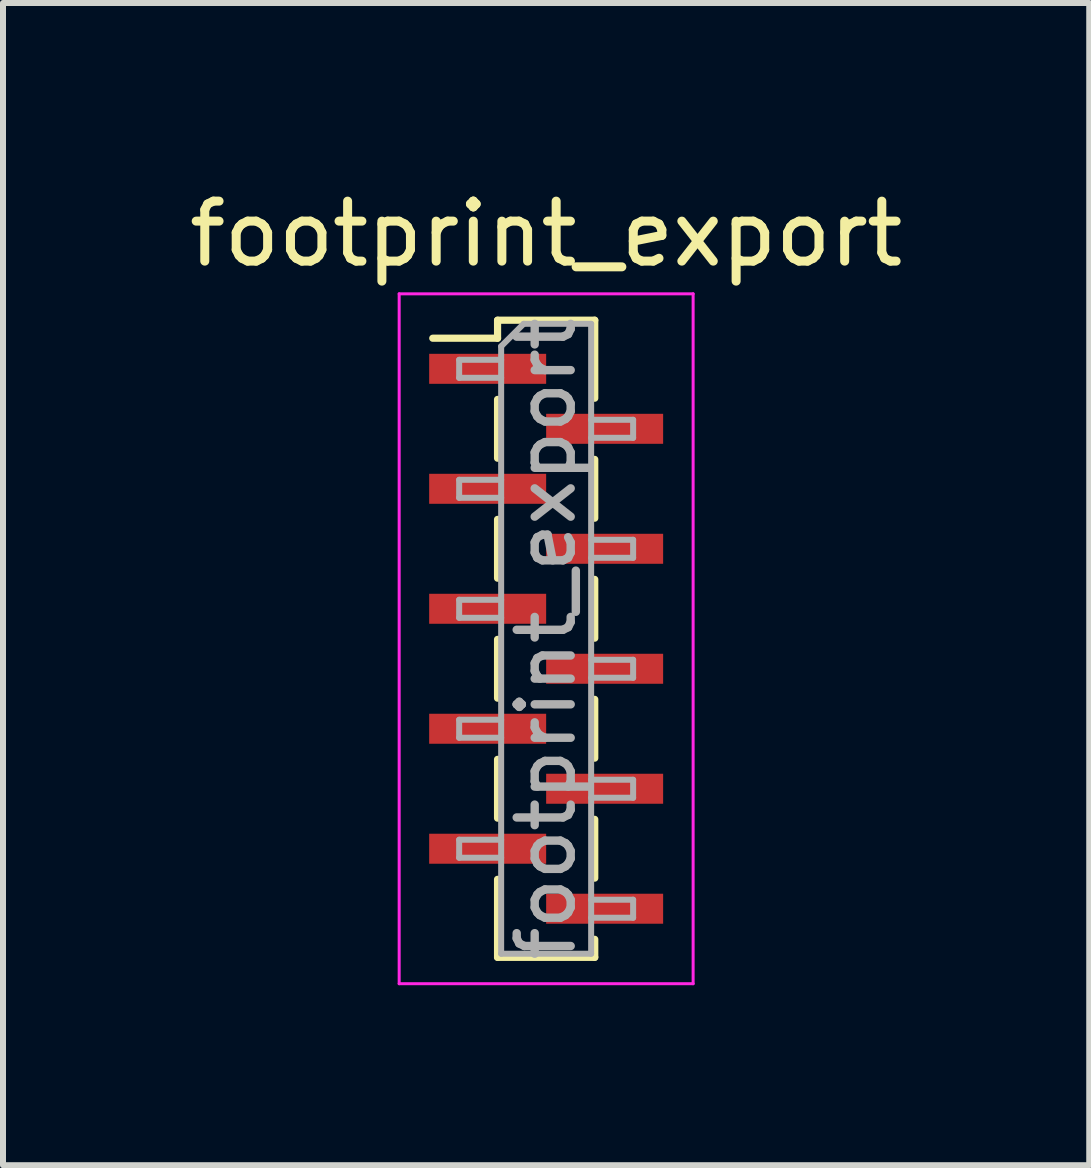
<source format=kicad_pcb>
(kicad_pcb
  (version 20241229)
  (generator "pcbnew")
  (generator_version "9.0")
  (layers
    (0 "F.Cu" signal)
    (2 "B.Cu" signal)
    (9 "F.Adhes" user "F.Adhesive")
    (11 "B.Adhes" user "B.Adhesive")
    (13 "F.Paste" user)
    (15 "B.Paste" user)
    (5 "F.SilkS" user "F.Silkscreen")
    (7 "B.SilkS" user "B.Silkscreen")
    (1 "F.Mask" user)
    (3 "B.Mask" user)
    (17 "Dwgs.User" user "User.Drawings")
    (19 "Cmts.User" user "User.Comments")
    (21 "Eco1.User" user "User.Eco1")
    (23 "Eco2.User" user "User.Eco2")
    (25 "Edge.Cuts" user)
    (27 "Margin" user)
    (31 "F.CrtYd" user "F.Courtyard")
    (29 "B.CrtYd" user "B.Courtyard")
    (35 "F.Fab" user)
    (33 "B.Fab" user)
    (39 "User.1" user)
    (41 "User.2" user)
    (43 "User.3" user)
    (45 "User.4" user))
  (footprint "footprint_export"
    (layer "F.Cu")
    (at 6.054 7.598)
    (property "Reference" "footprint_export" (at 0 -6.75 0) (layer "F.SilkS") (effects (font (size 1 1) (thickness 0.15))))
    (attr smd)
    (fp_line (start -1.89 -5.01) (end -0.81 -5.01) (stroke (width 0.12) (type solid)) (layer "F.SilkS"))
    (fp_line (start -0.81 -5.31) (end -0.81 -5.01) (stroke (width 0.12) (type solid)) (layer "F.SilkS"))
    (fp_line (start -0.81 -5.31) (end 0.81 -5.31) (stroke (width 0.12) (type solid)) (layer "F.SilkS"))
    (fp_line (start -0.81 -3.99) (end -0.81 -3.01) (stroke (width 0.12) (type solid)) (layer "F.SilkS"))
    (fp_line (start -0.81 -1.99) (end -0.81 -1.01) (stroke (width 0.12) (type solid)) (layer "F.SilkS"))
    (fp_line (start -0.81 0.01) (end -0.81 0.99) (stroke (width 0.12) (type solid)) (layer "F.SilkS"))
    (fp_line (start -0.81 2.01) (end -0.81 2.99) (stroke (width 0.12) (type solid)) (layer "F.SilkS"))
    (fp_line (start -0.81 4.01) (end -0.81 5.31) (stroke (width 0.12) (type solid)) (layer "F.SilkS"))
    (fp_line (start -0.81 5.31) (end 0.81 5.31) (stroke (width 0.12) (type solid)) (layer "F.SilkS"))
    (fp_line (start 0.81 -5.31) (end 0.81 -4.01) (stroke (width 0.12) (type solid)) (layer "F.SilkS"))
    (fp_line (start 0.81 -2.99) (end 0.81 -2.01) (stroke (width 0.12) (type solid)) (layer "F.SilkS"))
    (fp_line (start 0.81 -0.99) (end 0.81 -0.01) (stroke (width 0.12) (type solid)) (layer "F.SilkS"))
    (fp_line (start 0.81 1.01) (end 0.81 1.99) (stroke (width 0.12) (type solid)) (layer "F.SilkS"))
    (fp_line (start 0.81 3.01) (end 0.81 3.99) (stroke (width 0.12) (type solid)) (layer "F.SilkS"))
    (fp_line (start 0.81 5.01) (end 0.81 5.31) (stroke (width 0.12) (type solid)) (layer "F.SilkS"))
    (fp_line (start -2.45 -5.75) (end 2.45 -5.75) (stroke (width 0.05) (type solid)) (layer "F.CrtYd"))
    (fp_line (start -2.45 5.75) (end -2.45 -5.75) (stroke (width 0.05) (type solid)) (layer "F.CrtYd"))
    (fp_line (start 2.45 -5.75) (end 2.45 5.75) (stroke (width 0.05) (type solid)) (layer "F.CrtYd"))
    (fp_line (start 2.45 5.75) (end -2.45 5.75) (stroke (width 0.05) (type solid)) (layer "F.CrtYd"))
    (fp_line (start -1.45 -4.65) (end -0.75 -4.65) (stroke (width 0.1) (type solid)) (layer "F.Fab"))
    (fp_line (start -1.45 -4.35) (end -1.45 -4.65) (stroke (width 0.1) (type solid)) (layer "F.Fab"))
    (fp_line (start -1.45 -2.65) (end -0.75 -2.65) (stroke (width 0.1) (type solid)) (layer "F.Fab"))
    (fp_line (start -1.45 -2.35) (end -1.45 -2.65) (stroke (width 0.1) (type solid)) (layer "F.Fab"))
    (fp_line (start -1.45 -0.65) (end -0.75 -0.65) (stroke (width 0.1) (type solid)) (layer "F.Fab"))
    (fp_line (start -1.45 -0.35) (end -1.45 -0.65) (stroke (width 0.1) (type solid)) (layer "F.Fab"))
    (fp_line (start -1.45 1.35) (end -0.75 1.35) (stroke (width 0.1) (type solid)) (layer "F.Fab"))
    (fp_line (start -1.45 1.65) (end -1.45 1.35) (stroke (width 0.1) (type solid)) (layer "F.Fab"))
    (fp_line (start -1.45 3.35) (end -0.75 3.35) (stroke (width 0.1) (type solid)) (layer "F.Fab"))
    (fp_line (start -1.45 3.65) (end -1.45 3.35) (stroke (width 0.1) (type solid)) (layer "F.Fab"))
    (fp_line (start -0.75 -4.875) (end -0.375 -5.25) (stroke (width 0.1) (type solid)) (layer "F.Fab"))
    (fp_line (start -0.75 -4.35) (end -1.45 -4.35) (stroke (width 0.1) (type solid)) (layer "F.Fab"))
    (fp_line (start -0.75 -2.35) (end -1.45 -2.35) (stroke (width 0.1) (type solid)) (layer "F.Fab"))
    (fp_line (start -0.75 -0.35) (end -1.45 -0.35) (stroke (width 0.1) (type solid)) (layer "F.Fab"))
    (fp_line (start -0.75 1.65) (end -1.45 1.65) (stroke (width 0.1) (type solid)) (layer "F.Fab"))
    (fp_line (start -0.75 3.65) (end -1.45 3.65) (stroke (width 0.1) (type solid)) (layer "F.Fab"))
    (fp_line (start -0.75 5.25) (end -0.75 -4.875) (stroke (width 0.1) (type solid)) (layer "F.Fab"))
    (fp_line (start -0.375 -5.25) (end 0.75 -5.25) (stroke (width 0.1) (type solid)) (layer "F.Fab"))
    (fp_line (start 0.75 -5.25) (end 0.75 5.25) (stroke (width 0.1) (type solid)) (layer "F.Fab"))
    (fp_line (start 0.75 -3.65) (end 1.45 -3.65) (stroke (width 0.1) (type solid)) (layer "F.Fab"))
    (fp_line (start 0.75 -1.65) (end 1.45 -1.65) (stroke (width 0.1) (type solid)) (layer "F.Fab"))
    (fp_line (start 0.75 0.35) (end 1.45 0.35) (stroke (width 0.1) (type solid)) (layer "F.Fab"))
    (fp_line (start 0.75 2.35) (end 1.45 2.35) (stroke (width 0.1) (type solid)) (layer "F.Fab"))
    (fp_line (start 0.75 4.35) (end 1.45 4.35) (stroke (width 0.1) (type solid)) (layer "F.Fab"))
    (fp_line (start 0.75 5.25) (end -0.75 5.25) (stroke (width 0.1) (type solid)) (layer "F.Fab"))
    (fp_line (start 1.45 -3.65) (end 1.45 -3.35) (stroke (width 0.1) (type solid)) (layer "F.Fab"))
    (fp_line (start 1.45 -3.35) (end 0.75 -3.35) (stroke (width 0.1) (type solid)) (layer "F.Fab"))
    (fp_line (start 1.45 -1.65) (end 1.45 -1.35) (stroke (width 0.1) (type solid)) (layer "F.Fab"))
    (fp_line (start 1.45 -1.35) (end 0.75 -1.35) (stroke (width 0.1) (type solid)) (layer "F.Fab"))
    (fp_line (start 1.45 0.35) (end 1.45 0.65) (stroke (width 0.1) (type solid)) (layer "F.Fab"))
    (fp_line (start 1.45 0.65) (end 0.75 0.65) (stroke (width 0.1) (type solid)) (layer "F.Fab"))
    (fp_line (start 1.45 2.35) (end 1.45 2.65) (stroke (width 0.1) (type solid)) (layer "F.Fab"))
    (fp_line (start 1.45 2.65) (end 0.75 2.65) (stroke (width 0.1) (type solid)) (layer "F.Fab"))
    (fp_line (start 1.45 4.35) (end 1.45 4.65) (stroke (width 0.1) (type solid)) (layer "F.Fab"))
    (fp_line (start 1.45 4.65) (end 0.75 4.65) (stroke (width 0.1) (type solid)) (layer "F.Fab"))
    (fp_text user "${REFERENCE}" (at 0 0 90) (layer "F.Fab") (effects (font (size 0.9 0.9) (thickness 0.14))))
    (pad "1" smd rect (at -0.975 -4.5) (size 1.95 0.5) (layers "F.Cu" "F.Mask" "F.Paste"))
    (pad "2" smd rect (at 0.975 -3.5) (size 1.95 0.5) (layers "F.Cu" "F.Mask" "F.Paste"))
    (pad "3" smd rect (at -0.975 -2.5) (size 1.95 0.5) (layers "F.Cu" "F.Mask" "F.Paste"))
    (pad "4" smd rect (at 0.975 -1.5) (size 1.95 0.5) (layers "F.Cu" "F.Mask" "F.Paste"))
    (pad "5" smd rect (at -0.975 -0.5) (size 1.95 0.5) (layers "F.Cu" "F.Mask" "F.Paste"))
    (pad "6" smd rect (at 0.975 0.5) (size 1.95 0.5) (layers "F.Cu" "F.Mask" "F.Paste"))
    (pad "7" smd rect (at -0.975 1.5) (size 1.95 0.5) (layers "F.Cu" "F.Mask" "F.Paste"))
    (pad "8" smd rect (at 0.975 2.5) (size 1.95 0.5) (layers "F.Cu" "F.Mask" "F.Paste"))
    (pad "9" smd rect (at -0.975 3.5) (size 1.95 0.5) (layers "F.Cu" "F.Mask" "F.Paste"))
    (pad "10" smd rect (at 0.975 4.5) (size 1.95 0.5) (layers "F.Cu" "F.Mask" "F.Paste")))
  (gr_rect
    (start -3 -3)
    (end 15.107 16.373)
    (stroke (width 0.1) (type default))
    (fill no)
    (layer "Edge.Cuts")))
</source>
